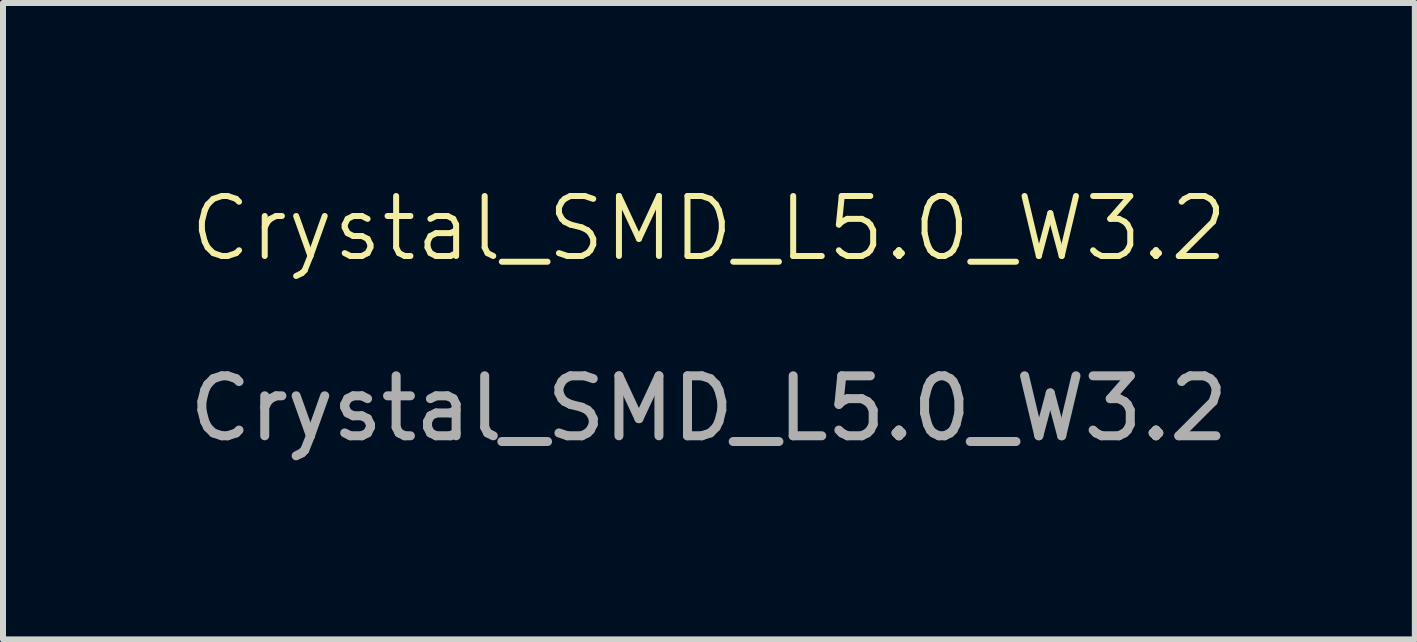
<source format=kicad_pcb>
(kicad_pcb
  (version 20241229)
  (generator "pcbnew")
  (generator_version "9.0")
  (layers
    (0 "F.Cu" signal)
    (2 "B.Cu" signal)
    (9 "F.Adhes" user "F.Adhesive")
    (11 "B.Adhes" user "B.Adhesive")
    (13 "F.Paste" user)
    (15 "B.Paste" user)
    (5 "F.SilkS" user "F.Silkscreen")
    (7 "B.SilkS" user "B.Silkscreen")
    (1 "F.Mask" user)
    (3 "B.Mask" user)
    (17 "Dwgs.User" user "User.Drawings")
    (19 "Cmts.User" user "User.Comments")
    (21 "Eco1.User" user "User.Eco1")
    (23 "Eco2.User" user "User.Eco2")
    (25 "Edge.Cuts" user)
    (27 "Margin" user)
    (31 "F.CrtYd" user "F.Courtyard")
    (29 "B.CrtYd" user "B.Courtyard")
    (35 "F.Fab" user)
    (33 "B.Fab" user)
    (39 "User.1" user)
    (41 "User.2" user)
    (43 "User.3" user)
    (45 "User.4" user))
  (footprint "Crystal_SMD_L5.0_W3.2"
    (layer "F.Cu")
    (at 8.768 1.26)
    (property "Reference" "Crystal_SMD_L5.0_W3.2" (at 0 -0.5 0) (unlocked yes) (layer "F.SilkS") (effects (font (size 1 1) (thickness 0.1))))
    (attr smd)
    (fp_text user "${REFERENCE}" (at 0 2.5 0) (unlocked yes) (layer "F.Fab") (effects (font (size 1 1) (thickness 0.15)))))
  (gr_rect
    (start -3 -3)
    (end 20.536 7.609)
    (stroke (width 0.1) (type default))
    (fill no)
    (layer "Edge.Cuts")))
</source>
